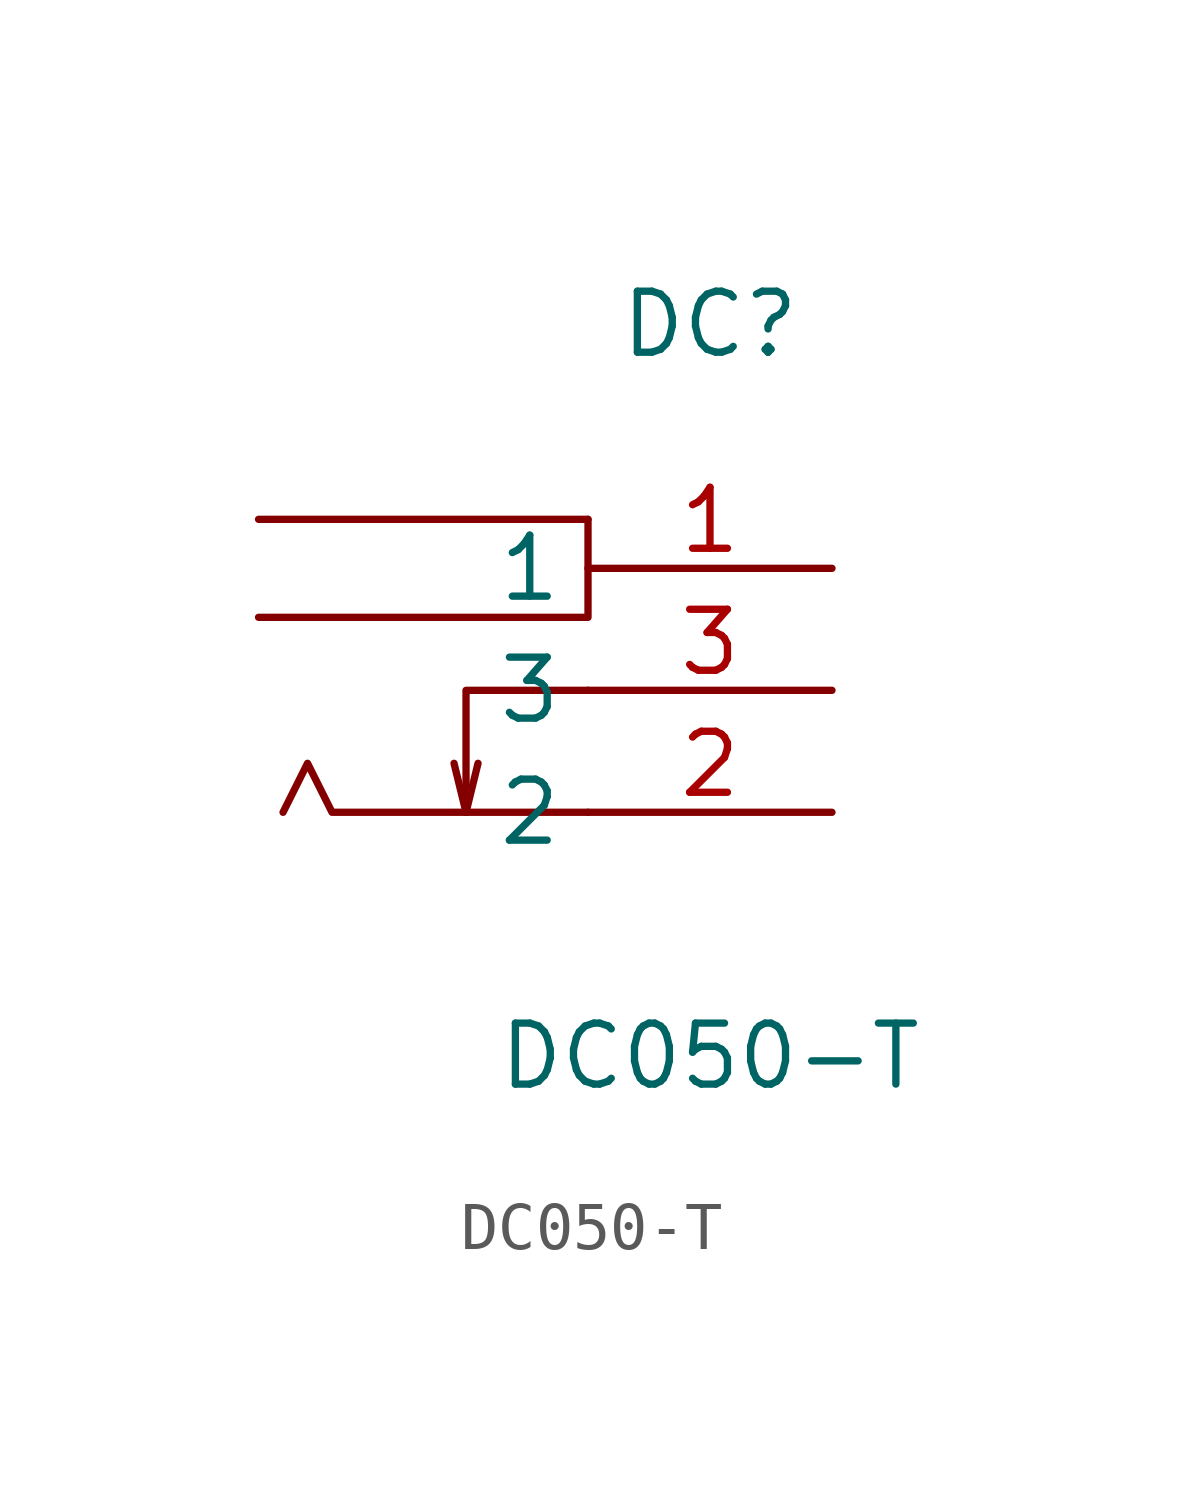
<source format=kicad_sym>
(kicad_symbol_lib
  (version 20211014)
  (generator https://github.com/uPesy/easyeda2kicad.py)
  (symbol "DC050-T"
    (property "Reference" "DC"
      (at 0 7.62 0)
      (effects (font (size 1.27 1.27))))
    (property "Value" "DC050-T"
      (at 0 -7.62 0)
      (effects (font (size 1.27 1.27))))
    (symbol "DC050-T_0_1"
      (polyline (pts (xy -9.40 3.56)) (stroke (width 0) (type default) (color 0 0 0 0)) (fill (type background)))
      (polyline (pts (xy -2.54 3.56) (xy -2.54 1.52) (xy -9.40 1.52)) (stroke (width 0) (type default) (color 0 0 0 0)) (fill (type none)))
      (polyline (pts (xy -2.54 3.56) (xy -9.40 3.56)) (stroke (width 0) (type default) (color 0 0 0 0)) (fill (type none)))
      (polyline (pts (xy -2.54 -2.54) (xy -7.87 -2.54) (xy -8.38 -1.52) (xy -8.89 -2.54)) (stroke (width 0) (type default) (color 0 0 0 0)) (fill (type none)))
      (polyline (pts (xy -2.54 -0.00) (xy -5.08 -0.00) (xy -5.08 -2.54)) (stroke (width 0) (type default) (color 0 0 0 0)) (fill (type none)))
      (polyline (pts (xy -5.08 -2.54) (xy -5.33 -1.52)) (stroke (width 0) (type default) (color 0 0 0 0)) (fill (type none)))
      (polyline (pts (xy -5.08 -2.54) (xy -4.83 -1.52)) (stroke (width 0) (type default) (color 0 0 0 0)) (fill (type none)))
      (pin unspecified line (at 2.54 2.54 180) (length 5.08) (name "1" (effects (font (size 1.27 1.27)))) (number "1" (effects (font (size 1.27 1.27)))))
      (pin unspecified line (at 2.54 -2.54 180) (length 5.08) (name "2" (effects (font (size 1.27 1.27)))) (number "2" (effects (font (size 1.27 1.27)))))
      (pin unspecified line (at 2.54 -0.00 180) (length 5.08) (name "3" (effects (font (size 1.27 1.27)))) (number "3" (effects (font (size 1.27 1.27))))))))
</source>
